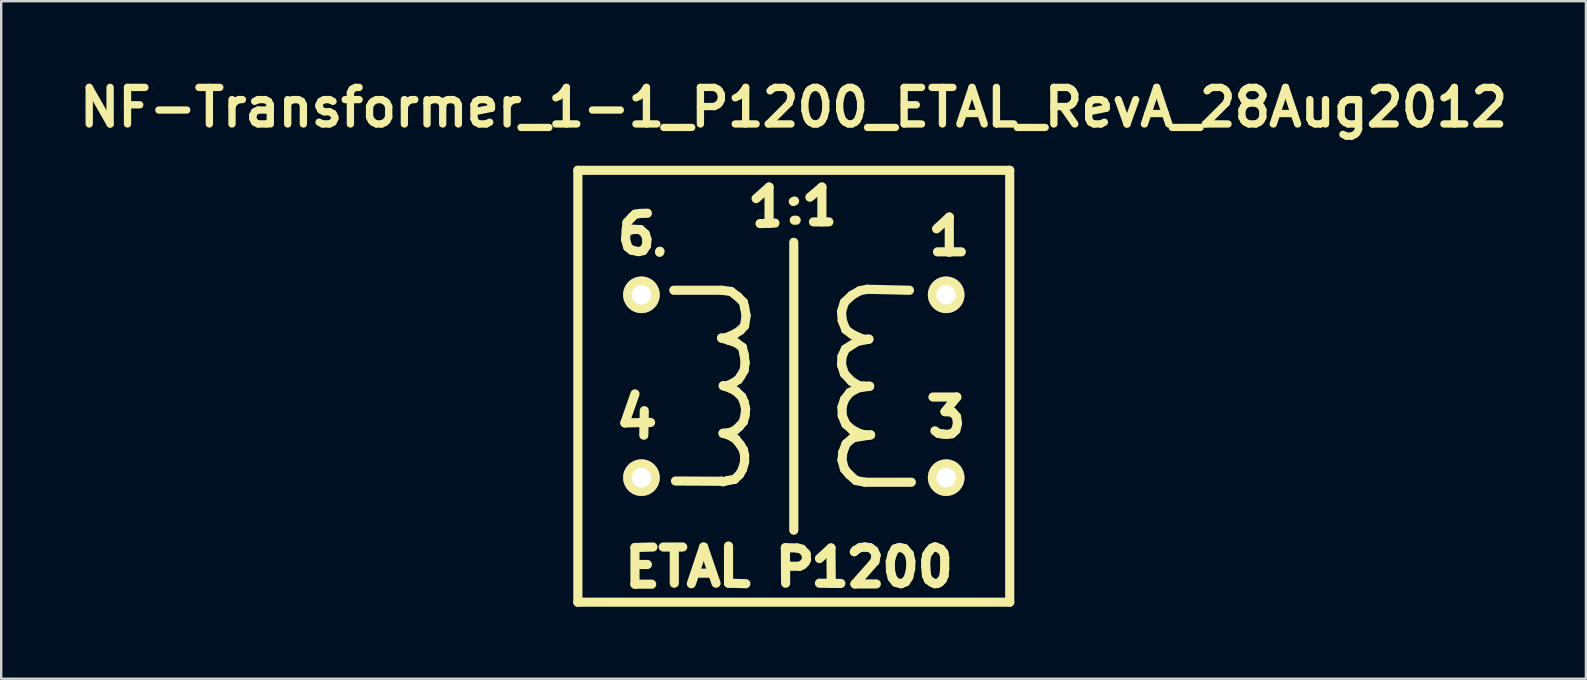
<source format=kicad_pcb>
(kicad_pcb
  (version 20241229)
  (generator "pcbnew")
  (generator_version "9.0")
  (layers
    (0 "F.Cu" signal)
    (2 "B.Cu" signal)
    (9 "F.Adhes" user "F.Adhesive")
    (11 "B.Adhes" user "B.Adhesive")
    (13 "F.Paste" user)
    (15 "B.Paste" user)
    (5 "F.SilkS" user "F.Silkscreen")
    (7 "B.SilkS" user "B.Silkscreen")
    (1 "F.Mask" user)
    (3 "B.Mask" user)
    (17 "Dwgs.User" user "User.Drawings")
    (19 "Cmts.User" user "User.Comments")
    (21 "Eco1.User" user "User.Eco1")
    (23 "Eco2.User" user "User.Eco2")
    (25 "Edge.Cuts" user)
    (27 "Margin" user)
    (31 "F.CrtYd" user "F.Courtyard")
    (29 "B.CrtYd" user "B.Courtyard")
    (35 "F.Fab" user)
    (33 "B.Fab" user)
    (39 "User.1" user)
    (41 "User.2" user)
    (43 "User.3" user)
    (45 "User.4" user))
  (footprint "NF-Transformer_1-1_P1200_ETAL_RevA_28Aug2012"
    (layer "F.Cu")
    (at 30.033 13.047)
    (property "Reference" "NF-Transformer_1-1_P1200_ETAL_RevA_28Aug2012" (at -0.01 -11.62 0) (layer "F.SilkS") (effects (font (size 1.524 1.524) (thickness 0.305))))
    (attr through_hole)
    (fp_line (start -8.999 -8.999) (end -8.999 8.999) (stroke (width 0.381) (type solid)) (layer "F.SilkS"))
    (fp_line (start -8.999 8.999) (end 8.999 8.999) (stroke (width 0.381) (type solid)) (layer "F.SilkS"))
    (fp_line (start -7.041 1.529) (end -5.969 1.509) (stroke (width 0.381) (type solid)) (layer "F.SilkS"))
    (fp_line (start -7.013 -6.121) (end -6.921 -5.801) (stroke (width 0.381) (type solid)) (layer "F.SilkS"))
    (fp_line (start -6.982 -6.53) (end -7.013 -6.121) (stroke (width 0.381) (type solid)) (layer "F.SilkS"))
    (fp_line (start -6.952 -6.82) (end -6.982 -6.53) (stroke (width 0.381) (type solid)) (layer "F.SilkS"))
    (fp_line (start -6.921 -5.801) (end -6.761 -5.672) (stroke (width 0.381) (type solid)) (layer "F.SilkS"))
    (fp_line (start -6.761 -5.672) (end -6.472 -5.611) (stroke (width 0.381) (type solid)) (layer "F.SilkS"))
    (fp_line (start -6.741 -7.051) (end -6.952 -6.82) (stroke (width 0.381) (type solid)) (layer "F.SilkS"))
    (fp_line (start -6.703 -6.54) (end -6.883 -6.472) (stroke (width 0.381) (type solid)) (layer "F.SilkS"))
    (fp_line (start -6.619 0.32) (end -7.041 1.529) (stroke (width 0.381) (type solid)) (layer "F.SilkS"))
    (fp_line (start -6.619 6.721) (end -6.619 8.25) (stroke (width 0.381) (type solid)) (layer "F.SilkS"))
    (fp_line (start -6.619 8.25) (end -5.921 8.25) (stroke (width 0.381) (type solid)) (layer "F.SilkS"))
    (fp_line (start -6.612 -7.17) (end -6.741 -7.051) (stroke (width 0.381) (type solid)) (layer "F.SilkS"))
    (fp_line (start -6.551 7.429) (end -6.101 7.429) (stroke (width 0.381) (type solid)) (layer "F.SilkS"))
    (fp_line (start -6.472 -5.611) (end -6.281 -5.652) (stroke (width 0.381) (type solid)) (layer "F.SilkS"))
    (fp_line (start -6.403 -7.201) (end -6.612 -7.17) (stroke (width 0.381) (type solid)) (layer "F.SilkS"))
    (fp_line (start -6.393 -6.53) (end -6.703 -6.54) (stroke (width 0.381) (type solid)) (layer "F.SilkS"))
    (fp_line (start -6.281 -5.652) (end -6.142 -5.852) (stroke (width 0.381) (type solid)) (layer "F.SilkS"))
    (fp_line (start -6.231 1.019) (end -6.251 2.04) (stroke (width 0.381) (type solid)) (layer "F.SilkS"))
    (fp_line (start -6.193 -6.35) (end -6.393 -6.53) (stroke (width 0.381) (type solid)) (layer "F.SilkS"))
    (fp_line (start -6.142 -5.852) (end -6.121 -6.121) (stroke (width 0.381) (type solid)) (layer "F.SilkS"))
    (fp_line (start -6.121 -6.121) (end -6.193 -6.35) (stroke (width 0.381) (type solid)) (layer "F.SilkS"))
    (fp_line (start -6.101 -7.211) (end -6.403 -7.201) (stroke (width 0.381) (type solid)) (layer "F.SilkS"))
    (fp_line (start -5.87 6.701) (end -6.619 6.721) (stroke (width 0.381) (type solid)) (layer "F.SilkS"))
    (fp_line (start -5.593 -5.58) (end -5.583 -5.621) (stroke (width 0.381) (type solid)) (layer "F.SilkS"))
    (fp_line (start -5.583 -5.621) (end -5.583 -5.611) (stroke (width 0.381) (type solid)) (layer "F.SilkS"))
    (fp_line (start -5.441 6.701) (end -4.63 6.701) (stroke (width 0.381) (type solid)) (layer "F.SilkS"))
    (fp_line (start -5.001 -4) (end -3 -4) (stroke (width 0.381) (type solid)) (layer "F.SilkS"))
    (fp_line (start -4.981 8.209) (end -4.981 6.741) (stroke (width 0.381) (type solid)) (layer "F.SilkS"))
    (fp_line (start -4.27 8.23) (end -3.759 6.701) (stroke (width 0.381) (type solid)) (layer "F.SilkS"))
    (fp_line (start -4.041 7.79) (end -3.51 7.79) (stroke (width 0.381) (type solid)) (layer "F.SilkS"))
    (fp_line (start -3.759 6.701) (end -3.241 8.209) (stroke (width 0.381) (type solid)) (layer "F.SilkS"))
    (fp_line (start -3.01 -2.009) (end -2.72 -1.92) (stroke (width 0.381) (type solid)) (layer "F.SilkS"))
    (fp_line (start -3.01 3.96) (end -4.93 3.95) (stroke (width 0.381) (type solid)) (layer "F.SilkS"))
    (fp_line (start -3 -4) (end -2.619 -3.95) (stroke (width 0.381) (type solid)) (layer "F.SilkS"))
    (fp_line (start -2.949 1.961) (end -2.69 2.04) (stroke (width 0.381) (type solid)) (layer "F.SilkS"))
    (fp_line (start -2.949 3.98) (end -3.01 3.96) (stroke (width 0.381) (type solid)) (layer "F.SilkS"))
    (fp_line (start -2.939 -0.02) (end -2.67 0.071) (stroke (width 0.381) (type solid)) (layer "F.SilkS"))
    (fp_line (start -2.85 -2.009) (end -3.01 -2.009) (stroke (width 0.381) (type solid)) (layer "F.SilkS"))
    (fp_line (start -2.789 -0.02) (end -2.939 -0.02) (stroke (width 0.381) (type solid)) (layer "F.SilkS"))
    (fp_line (start -2.741 3.929) (end -2.949 3.98) (stroke (width 0.381) (type solid)) (layer "F.SilkS"))
    (fp_line (start -2.72 -1.92) (end -2.4 -1.811) (stroke (width 0.381) (type solid)) (layer "F.SilkS"))
    (fp_line (start -2.72 6.66) (end -2.72 8.209) (stroke (width 0.381) (type solid)) (layer "F.SilkS"))
    (fp_line (start -2.72 8.209) (end -1.999 8.23) (stroke (width 0.381) (type solid)) (layer "F.SilkS"))
    (fp_line (start -2.69 2.04) (end -2.421 2.2) (stroke (width 0.381) (type solid)) (layer "F.SilkS"))
    (fp_line (start -2.67 0.071) (end -2.421 0.201) (stroke (width 0.381) (type solid)) (layer "F.SilkS"))
    (fp_line (start -2.619 -3.95) (end -2.329 -3.731) (stroke (width 0.381) (type solid)) (layer "F.SilkS"))
    (fp_line (start -2.619 1.92) (end -2.949 1.961) (stroke (width 0.381) (type solid)) (layer "F.SilkS"))
    (fp_line (start -2.55 -0.119) (end -2.789 -0.02) (stroke (width 0.381) (type solid)) (layer "F.SilkS"))
    (fp_line (start -2.469 3.881) (end -2.741 3.929) (stroke (width 0.381) (type solid)) (layer "F.SilkS"))
    (fp_line (start -2.441 -2.189) (end -2.85 -2.009) (stroke (width 0.381) (type solid)) (layer "F.SilkS"))
    (fp_line (start -2.441 1.829) (end -2.619 1.92) (stroke (width 0.381) (type solid)) (layer "F.SilkS"))
    (fp_line (start -2.421 0.201) (end -2.169 0.439) (stroke (width 0.381) (type solid)) (layer "F.SilkS"))
    (fp_line (start -2.421 2.2) (end -2.23 2.441) (stroke (width 0.381) (type solid)) (layer "F.SilkS"))
    (fp_line (start -2.4 -1.811) (end -2.141 -1.621) (stroke (width 0.381) (type solid)) (layer "F.SilkS"))
    (fp_line (start -2.329 -3.731) (end -2.101 -3.5) (stroke (width 0.381) (type solid)) (layer "F.SilkS"))
    (fp_line (start -2.309 -0.279) (end -2.55 -0.119) (stroke (width 0.381) (type solid)) (layer "F.SilkS"))
    (fp_line (start -2.281 1.689) (end -2.441 1.829) (stroke (width 0.381) (type solid)) (layer "F.SilkS"))
    (fp_line (start -2.261 3.68) (end -2.469 3.881) (stroke (width 0.381) (type solid)) (layer "F.SilkS"))
    (fp_line (start -2.23 -2.329) (end -2.441 -2.189) (stroke (width 0.381) (type solid)) (layer "F.SilkS"))
    (fp_line (start -2.23 2.441) (end -2.101 2.649) (stroke (width 0.381) (type solid)) (layer "F.SilkS"))
    (fp_line (start -2.21 -0.429) (end -2.309 -0.279) (stroke (width 0.381) (type solid)) (layer "F.SilkS"))
    (fp_line (start -2.169 0.439) (end -2.07 0.66) (stroke (width 0.381) (type solid)) (layer "F.SilkS"))
    (fp_line (start -2.141 -1.621) (end -2.07 -1.321) (stroke (width 0.381) (type solid)) (layer "F.SilkS"))
    (fp_line (start -2.141 3.47) (end -2.261 3.68) (stroke (width 0.381) (type solid)) (layer "F.SilkS"))
    (fp_line (start -2.101 -3.5) (end -2.05 -3.289) (stroke (width 0.381) (type solid)) (layer "F.SilkS"))
    (fp_line (start -2.101 1.481) (end -2.281 1.689) (stroke (width 0.381) (type solid)) (layer "F.SilkS"))
    (fp_line (start -2.101 2.649) (end -2.05 2.88) (stroke (width 0.381) (type solid)) (layer "F.SilkS"))
    (fp_line (start -2.07 -1.321) (end -2.029 -0.98) (stroke (width 0.381) (type solid)) (layer "F.SilkS"))
    (fp_line (start -2.07 -0.66) (end -2.21 -0.429) (stroke (width 0.381) (type solid)) (layer "F.SilkS"))
    (fp_line (start -2.07 0.66) (end -2.009 0.94) (stroke (width 0.381) (type solid)) (layer "F.SilkS"))
    (fp_line (start -2.05 -3.289) (end -1.989 -2.949) (stroke (width 0.381) (type solid)) (layer "F.SilkS"))
    (fp_line (start -2.05 -2.52) (end -2.23 -2.329) (stroke (width 0.381) (type solid)) (layer "F.SilkS"))
    (fp_line (start -2.05 2.88) (end -2.05 3.15) (stroke (width 0.381) (type solid)) (layer "F.SilkS"))
    (fp_line (start -2.05 3.15) (end -2.141 3.47) (stroke (width 0.381) (type solid)) (layer "F.SilkS"))
    (fp_line (start -2.029 -0.98) (end -2.07 -0.66) (stroke (width 0.381) (type solid)) (layer "F.SilkS"))
    (fp_line (start -2.029 1.209) (end -2.101 1.481) (stroke (width 0.381) (type solid)) (layer "F.SilkS"))
    (fp_line (start -2.009 0.94) (end -2.029 1.209) (stroke (width 0.381) (type solid)) (layer "F.SilkS"))
    (fp_line (start -1.989 -2.949) (end -2.05 -2.52) (stroke (width 0.381) (type solid)) (layer "F.SilkS"))
    (fp_line (start -1.57 -7.821) (end -1.031 -8.301) (stroke (width 0.381) (type solid)) (layer "F.SilkS"))
    (fp_line (start -1.407 -6.779) (end -0.787 -6.8) (stroke (width 0.381) (type solid)) (layer "F.SilkS"))
    (fp_line (start -1.031 -8.301) (end -1.031 -6.789) (stroke (width 0.381) (type solid)) (layer "F.SilkS"))
    (fp_line (start -0.351 6.731) (end 0.14 6.741) (stroke (width 0.381) (type solid)) (layer "F.SilkS"))
    (fp_line (start -0.34 8.209) (end -0.351 6.731) (stroke (width 0.381) (type solid)) (layer "F.SilkS"))
    (fp_line (start 0 -5.999) (end 0 5.999) (stroke (width 0.381) (type solid)) (layer "F.SilkS"))
    (fp_line (start 0.03 -7.719) (end -0.02 -7.699) (stroke (width 0.381) (type solid)) (layer "F.SilkS"))
    (fp_line (start 0.099 -6.919) (end 0.02 -6.919) (stroke (width 0.381) (type solid)) (layer "F.SilkS"))
    (fp_line (start 0.14 6.741) (end 0.33 6.789) (stroke (width 0.381) (type solid)) (layer "F.SilkS"))
    (fp_line (start 0.249 7.501) (end -0.269 7.501) (stroke (width 0.381) (type solid)) (layer "F.SilkS"))
    (fp_line (start 0.33 6.789) (end 0.511 6.98) (stroke (width 0.381) (type solid)) (layer "F.SilkS"))
    (fp_line (start 0.371 7.44) (end 0.249 7.501) (stroke (width 0.381) (type solid)) (layer "F.SilkS"))
    (fp_line (start 0.47 7.341) (end 0.371 7.44) (stroke (width 0.381) (type solid)) (layer "F.SilkS"))
    (fp_line (start 0.511 6.98) (end 0.531 7.221) (stroke (width 0.381) (type solid)) (layer "F.SilkS"))
    (fp_line (start 0.531 7.221) (end 0.47 7.341) (stroke (width 0.381) (type solid)) (layer "F.SilkS"))
    (fp_line (start 0.671 -7.879) (end 1.171 -8.301) (stroke (width 0.381) (type solid)) (layer "F.SilkS"))
    (fp_line (start 0.82 -6.85) (end 1.46 -6.85) (stroke (width 0.381) (type solid)) (layer "F.SilkS"))
    (fp_line (start 1.069 7.181) (end 1.549 6.741) (stroke (width 0.381) (type solid)) (layer "F.SilkS"))
    (fp_line (start 1.069 8.209) (end 1.961 8.219) (stroke (width 0.381) (type solid)) (layer "F.SilkS"))
    (fp_line (start 1.171 -8.301) (end 1.171 -6.85) (stroke (width 0.381) (type solid)) (layer "F.SilkS"))
    (fp_line (start 1.549 6.741) (end 1.56 8.219) (stroke (width 0.381) (type solid)) (layer "F.SilkS"))
    (fp_line (start 1.989 -3.109) (end 2.019 -2.741) (stroke (width 0.381) (type solid)) (layer "F.SilkS"))
    (fp_line (start 1.989 -0.889) (end 2.111 -0.521) (stroke (width 0.381) (type solid)) (layer "F.SilkS"))
    (fp_line (start 2.009 -1.24) (end 1.989 -0.889) (stroke (width 0.381) (type solid)) (layer "F.SilkS"))
    (fp_line (start 2.009 0.871) (end 2.019 1.229) (stroke (width 0.381) (type solid)) (layer "F.SilkS"))
    (fp_line (start 2.009 3.081) (end 2.111 3.449) (stroke (width 0.381) (type solid)) (layer "F.SilkS"))
    (fp_line (start 2.019 -2.741) (end 2.169 -2.36) (stroke (width 0.381) (type solid)) (layer "F.SilkS"))
    (fp_line (start 2.019 1.229) (end 2.169 1.58) (stroke (width 0.381) (type solid)) (layer "F.SilkS"))
    (fp_line (start 2.04 2.761) (end 2.009 3.081) (stroke (width 0.381) (type solid)) (layer "F.SilkS"))
    (fp_line (start 2.111 -3.5) (end 1.989 -3.109) (stroke (width 0.381) (type solid)) (layer "F.SilkS"))
    (fp_line (start 2.111 -0.521) (end 2.4 -0.211) (stroke (width 0.381) (type solid)) (layer "F.SilkS"))
    (fp_line (start 2.111 0.551) (end 2.009 0.871) (stroke (width 0.381) (type solid)) (layer "F.SilkS"))
    (fp_line (start 2.111 3.449) (end 2.309 3.68) (stroke (width 0.381) (type solid)) (layer "F.SilkS"))
    (fp_line (start 2.149 -1.549) (end 2.009 -1.24) (stroke (width 0.381) (type solid)) (layer "F.SilkS"))
    (fp_line (start 2.169 -2.36) (end 2.421 -2.169) (stroke (width 0.381) (type solid)) (layer "F.SilkS"))
    (fp_line (start 2.169 1.58) (end 2.431 1.811) (stroke (width 0.381) (type solid)) (layer "F.SilkS"))
    (fp_line (start 2.179 2.4) (end 2.04 2.761) (stroke (width 0.381) (type solid)) (layer "F.SilkS"))
    (fp_line (start 2.309 3.68) (end 2.591 3.929) (stroke (width 0.381) (type solid)) (layer "F.SilkS"))
    (fp_line (start 2.329 0.269) (end 2.111 0.551) (stroke (width 0.381) (type solid)) (layer "F.SilkS"))
    (fp_line (start 2.4 -0.211) (end 2.72 -0.02) (stroke (width 0.381) (type solid)) (layer "F.SilkS"))
    (fp_line (start 2.421 -3.79) (end 2.111 -3.5) (stroke (width 0.381) (type solid)) (layer "F.SilkS"))
    (fp_line (start 2.421 -2.169) (end 2.88 -1.961) (stroke (width 0.381) (type solid)) (layer "F.SilkS"))
    (fp_line (start 2.431 1.811) (end 2.741 1.971) (stroke (width 0.381) (type solid)) (layer "F.SilkS"))
    (fp_line (start 2.469 2.149) (end 2.179 2.4) (stroke (width 0.381) (type solid)) (layer "F.SilkS"))
    (fp_line (start 2.52 6.901) (end 2.57 6.84) (stroke (width 0.381) (type solid)) (layer "F.SilkS"))
    (fp_line (start 2.55 8.24) (end 3.439 8.24) (stroke (width 0.381) (type solid)) (layer "F.SilkS"))
    (fp_line (start 2.57 6.84) (end 2.771 6.721) (stroke (width 0.381) (type solid)) (layer "F.SilkS"))
    (fp_line (start 2.591 3.929) (end 2.969 4) (stroke (width 0.381) (type solid)) (layer "F.SilkS"))
    (fp_line (start 2.649 -1.869) (end 2.149 -1.549) (stroke (width 0.381) (type solid)) (layer "F.SilkS"))
    (fp_line (start 2.68 0.071) (end 2.329 0.269) (stroke (width 0.381) (type solid)) (layer "F.SilkS"))
    (fp_line (start 2.72 -0.02) (end 3.16 0) (stroke (width 0.381) (type solid)) (layer "F.SilkS"))
    (fp_line (start 2.741 1.971) (end 2.979 2.029) (stroke (width 0.381) (type solid)) (layer "F.SilkS"))
    (fp_line (start 2.751 -3.98) (end 2.421 -3.79) (stroke (width 0.381) (type solid)) (layer "F.SilkS"))
    (fp_line (start 2.771 6.721) (end 2.969 6.701) (stroke (width 0.381) (type solid)) (layer "F.SilkS"))
    (fp_line (start 2.88 -1.961) (end 3.129 -1.961) (stroke (width 0.381) (type solid)) (layer "F.SilkS"))
    (fp_line (start 2.969 4) (end 4.9 4) (stroke (width 0.381) (type solid)) (layer "F.SilkS"))
    (fp_line (start 2.969 6.701) (end 3.18 6.731) (stroke (width 0.381) (type solid)) (layer "F.SilkS"))
    (fp_line (start 2.979 2.029) (end 3.2 2.029) (stroke (width 0.381) (type solid)) (layer "F.SilkS"))
    (fp_line (start 3.061 -4.041) (end 2.751 -3.98) (stroke (width 0.381) (type solid)) (layer "F.SilkS"))
    (fp_line (start 3.129 -1.961) (end 2.649 -1.869) (stroke (width 0.381) (type solid)) (layer "F.SilkS"))
    (fp_line (start 3.16 0) (end 2.68 0.071) (stroke (width 0.381) (type solid)) (layer "F.SilkS"))
    (fp_line (start 3.18 6.731) (end 3.34 6.85) (stroke (width 0.381) (type solid)) (layer "F.SilkS"))
    (fp_line (start 3.2 2.029) (end 2.469 2.149) (stroke (width 0.381) (type solid)) (layer "F.SilkS"))
    (fp_line (start 3.34 6.85) (end 3.429 7.041) (stroke (width 0.381) (type solid)) (layer "F.SilkS"))
    (fp_line (start 3.381 7.3) (end 2.55 8.24) (stroke (width 0.381) (type solid)) (layer "F.SilkS"))
    (fp_line (start 3.429 7.041) (end 3.381 7.3) (stroke (width 0.381) (type solid)) (layer "F.SilkS"))
    (fp_line (start 4.021 7.31) (end 4.1 7) (stroke (width 0.381) (type solid)) (layer "F.SilkS"))
    (fp_line (start 4.031 7.691) (end 4.021 7.31) (stroke (width 0.381) (type solid)) (layer "F.SilkS"))
    (fp_line (start 4.1 7) (end 4.219 6.779) (stroke (width 0.381) (type solid)) (layer "F.SilkS"))
    (fp_line (start 4.1 7.981) (end 4.031 7.691) (stroke (width 0.381) (type solid)) (layer "F.SilkS"))
    (fp_line (start 4.219 6.779) (end 4.379 6.721) (stroke (width 0.381) (type solid)) (layer "F.SilkS"))
    (fp_line (start 4.249 8.171) (end 4.1 7.981) (stroke (width 0.381) (type solid)) (layer "F.SilkS"))
    (fp_line (start 4.43 6.721) (end 4.62 6.769) (stroke (width 0.381) (type solid)) (layer "F.SilkS"))
    (fp_line (start 4.47 8.23) (end 4.249 8.171) (stroke (width 0.381) (type solid)) (layer "F.SilkS"))
    (fp_line (start 4.62 6.769) (end 4.811 6.99) (stroke (width 0.381) (type solid)) (layer "F.SilkS"))
    (fp_line (start 4.661 8.151) (end 4.47 8.23) (stroke (width 0.381) (type solid)) (layer "F.SilkS"))
    (fp_line (start 4.79 7.95) (end 4.661 8.151) (stroke (width 0.381) (type solid)) (layer "F.SilkS"))
    (fp_line (start 4.811 6.99) (end 4.879 7.3) (stroke (width 0.381) (type solid)) (layer "F.SilkS"))
    (fp_line (start 4.821 -4) (end 3.061 -4.041) (stroke (width 0.381) (type solid)) (layer "F.SilkS"))
    (fp_line (start 4.869 7.6) (end 4.79 7.95) (stroke (width 0.381) (type solid)) (layer "F.SilkS"))
    (fp_line (start 4.879 7.3) (end 4.869 7.6) (stroke (width 0.381) (type solid)) (layer "F.SilkS"))
    (fp_line (start 5.499 7.269) (end 5.54 7.031) (stroke (width 0.381) (type solid)) (layer "F.SilkS"))
    (fp_line (start 5.499 7.521) (end 5.499 7.269) (stroke (width 0.381) (type solid)) (layer "F.SilkS"))
    (fp_line (start 5.53 7.879) (end 5.499 7.521) (stroke (width 0.381) (type solid)) (layer "F.SilkS"))
    (fp_line (start 5.54 7.031) (end 5.639 6.881) (stroke (width 0.381) (type solid)) (layer "F.SilkS"))
    (fp_line (start 5.611 8.07) (end 5.53 7.879) (stroke (width 0.381) (type solid)) (layer "F.SilkS"))
    (fp_line (start 5.639 6.881) (end 5.751 6.749) (stroke (width 0.381) (type solid)) (layer "F.SilkS"))
    (fp_line (start 5.751 6.749) (end 5.86 6.701) (stroke (width 0.381) (type solid)) (layer "F.SilkS"))
    (fp_line (start 5.751 8.171) (end 5.611 8.07) (stroke (width 0.381) (type solid)) (layer "F.SilkS"))
    (fp_line (start 5.801 0.45) (end 6.792 0.45) (stroke (width 0.381) (type solid)) (layer "F.SilkS"))
    (fp_line (start 5.88 8.23) (end 5.751 8.171) (stroke (width 0.381) (type solid)) (layer "F.SilkS"))
    (fp_line (start 5.9 6.69) (end 6.129 6.789) (stroke (width 0.381) (type solid)) (layer "F.SilkS"))
    (fp_line (start 5.951 -6.561) (end 6.48 -7.051) (stroke (width 0.381) (type solid)) (layer "F.SilkS"))
    (fp_line (start 5.989 -5.601) (end 6.98 -5.601) (stroke (width 0.381) (type solid)) (layer "F.SilkS"))
    (fp_line (start 5.989 8.219) (end 5.88 8.23) (stroke (width 0.381) (type solid)) (layer "F.SilkS"))
    (fp_line (start 6.03 1.968) (end 5.88 1.859) (stroke (width 0.381) (type solid)) (layer "F.SilkS"))
    (fp_line (start 6.081 8.171) (end 5.989 8.219) (stroke (width 0.381) (type solid)) (layer "F.SilkS"))
    (fp_line (start 6.129 6.789) (end 6.251 6.939) (stroke (width 0.381) (type solid)) (layer "F.SilkS"))
    (fp_line (start 6.19 1.989) (end 6.03 1.968) (stroke (width 0.381) (type solid)) (layer "F.SilkS"))
    (fp_line (start 6.19 8.059) (end 6.081 8.171) (stroke (width 0.381) (type solid)) (layer "F.SilkS"))
    (fp_line (start 6.251 6.939) (end 6.289 7.14) (stroke (width 0.381) (type solid)) (layer "F.SilkS"))
    (fp_line (start 6.261 7.899) (end 6.19 8.059) (stroke (width 0.381) (type solid)) (layer "F.SilkS"))
    (fp_line (start 6.289 7.14) (end 6.289 7.61) (stroke (width 0.381) (type solid)) (layer "F.SilkS"))
    (fp_line (start 6.289 7.61) (end 6.261 7.899) (stroke (width 0.381) (type solid)) (layer "F.SilkS"))
    (fp_line (start 6.302 1.059) (end 6.612 1.079) (stroke (width 0.381) (type solid)) (layer "F.SilkS"))
    (fp_line (start 6.37 2.009) (end 6.19 1.989) (stroke (width 0.381) (type solid)) (layer "F.SilkS"))
    (fp_line (start 6.48 -7.051) (end 6.48 -5.58) (stroke (width 0.381) (type solid)) (layer "F.SilkS"))
    (fp_line (start 6.591 1.979) (end 6.37 2.009) (stroke (width 0.381) (type solid)) (layer "F.SilkS"))
    (fp_line (start 6.612 1.079) (end 6.782 1.27) (stroke (width 0.381) (type solid)) (layer "F.SilkS"))
    (fp_line (start 6.751 1.829) (end 6.591 1.979) (stroke (width 0.381) (type solid)) (layer "F.SilkS"))
    (fp_line (start 6.782 1.27) (end 6.822 1.549) (stroke (width 0.381) (type solid)) (layer "F.SilkS"))
    (fp_line (start 6.792 0.45) (end 6.302 1.059) (stroke (width 0.381) (type solid)) (layer "F.SilkS"))
    (fp_line (start 6.822 1.549) (end 6.751 1.829) (stroke (width 0.381) (type solid)) (layer "F.SilkS"))
    (fp_line (start 8.999 -8.999) (end -8.999 -8.999) (stroke (width 0.381) (type solid)) (layer "F.SilkS"))
    (fp_line (start 8.999 8.999) (end 8.999 -8.999) (stroke (width 0.381) (type solid)) (layer "F.SilkS"))
    (pad "1" thru_hole circle (at 6.35 -3.81) (size 1.524 1.524) (drill 0.813) (layers "*.Cu" "*.Mask" "F.SilkS"))
    (pad "3" thru_hole circle (at 6.35 3.81) (size 1.524 1.524) (drill 0.813) (layers "*.Cu" "*.Mask" "F.SilkS"))
    (pad "4" thru_hole circle (at -6.35 3.81) (size 1.524 1.524) (drill 0.813) (layers "*.Cu" "*.Mask" "F.SilkS"))
    (pad "6" thru_hole circle (at -6.35 -3.81) (size 1.524 1.524) (drill 0.813) (layers "*.Cu" "*.Mask" "F.SilkS")))
  (gr_rect
    (start -3 -3)
    (end 63.046 25.237)
    (stroke (width 0.1) (type default))
    (fill no)
    (layer "Edge.Cuts")))
</source>
